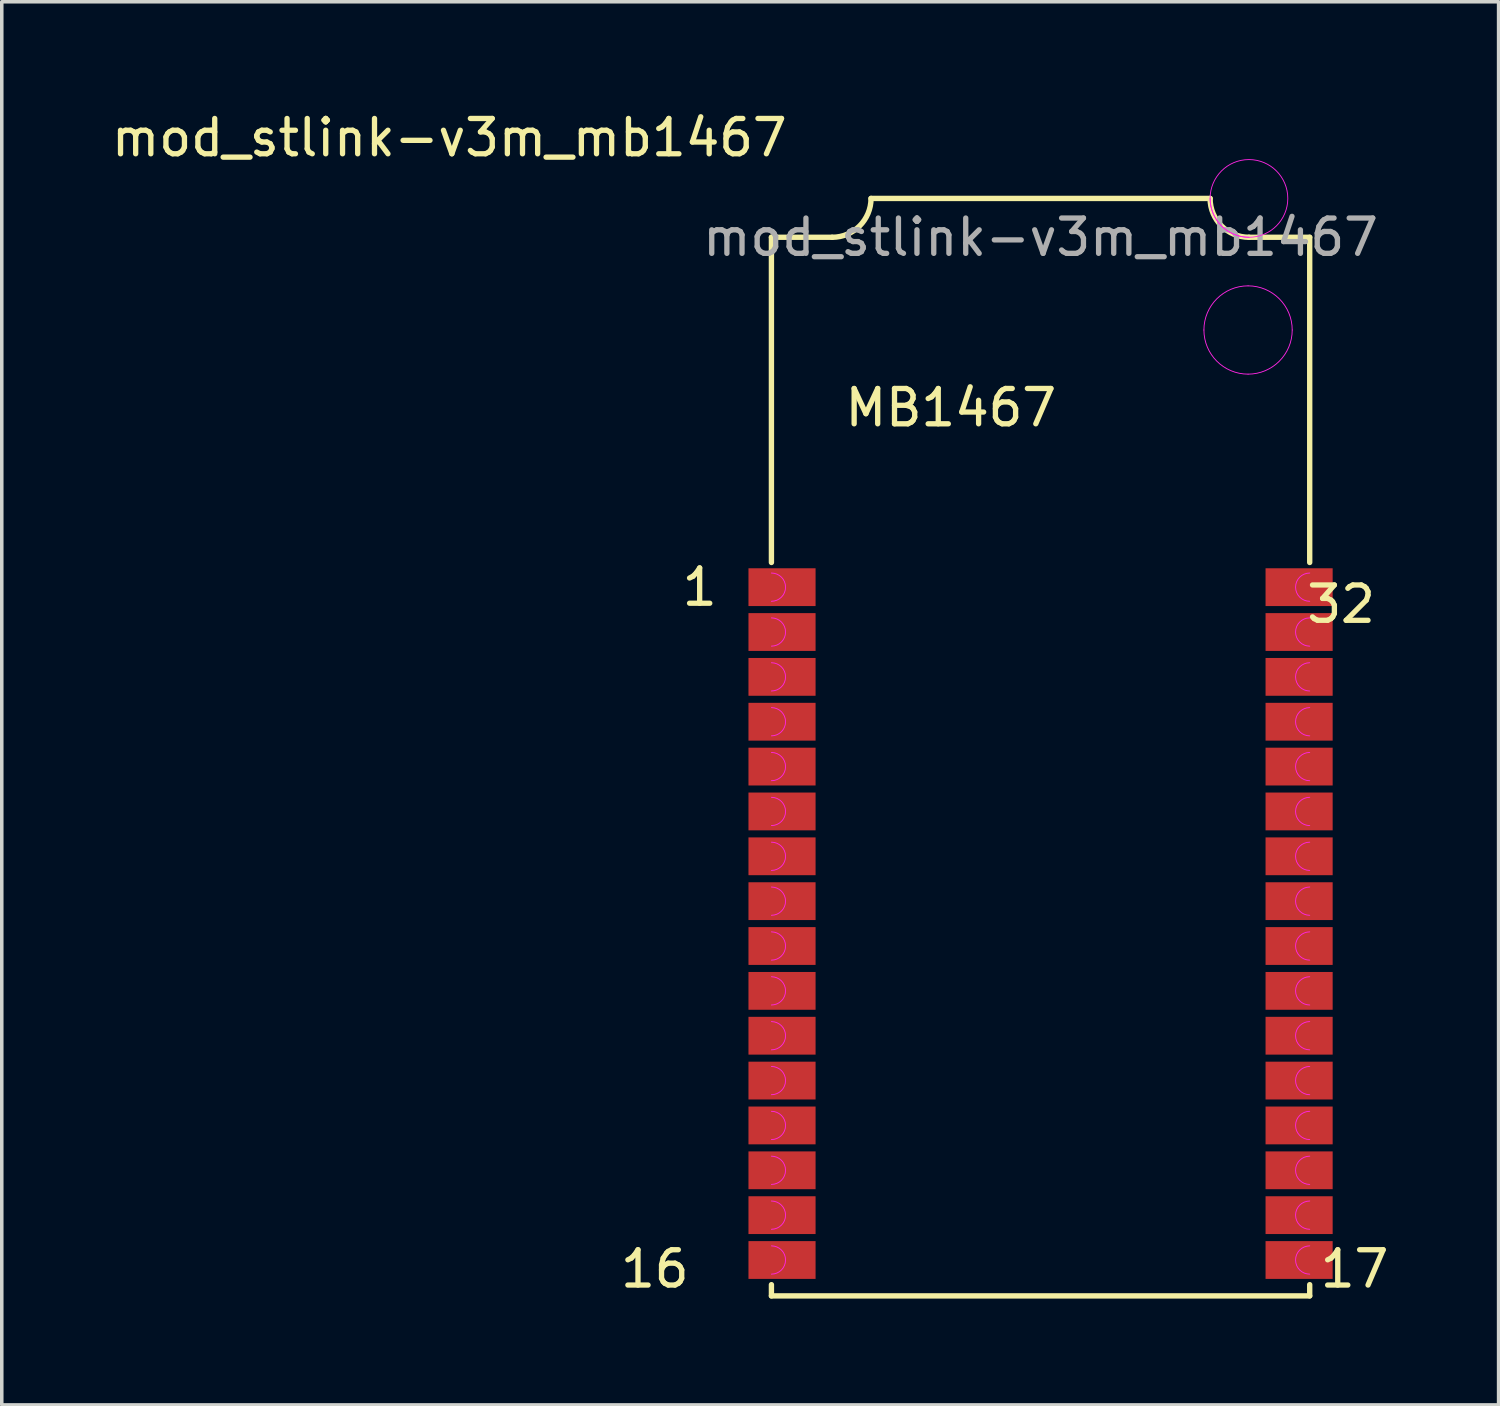
<source format=kicad_pcb>
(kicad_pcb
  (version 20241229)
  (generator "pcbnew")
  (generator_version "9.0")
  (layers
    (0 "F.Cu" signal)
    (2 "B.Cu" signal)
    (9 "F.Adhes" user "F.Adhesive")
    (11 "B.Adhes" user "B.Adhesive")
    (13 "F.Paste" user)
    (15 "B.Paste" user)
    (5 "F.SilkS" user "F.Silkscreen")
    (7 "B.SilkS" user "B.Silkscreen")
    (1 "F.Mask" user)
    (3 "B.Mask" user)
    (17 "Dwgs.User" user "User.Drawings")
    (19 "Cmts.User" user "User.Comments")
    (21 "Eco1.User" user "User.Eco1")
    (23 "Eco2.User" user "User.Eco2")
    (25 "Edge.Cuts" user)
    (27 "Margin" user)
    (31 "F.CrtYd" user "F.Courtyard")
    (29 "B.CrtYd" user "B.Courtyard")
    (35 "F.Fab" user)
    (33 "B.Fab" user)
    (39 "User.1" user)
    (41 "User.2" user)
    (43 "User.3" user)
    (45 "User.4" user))
  (footprint "mod_stlink-v3m_mb1467"
    (layer "F.Cu")
    (at 26.411 3.668)
    (property "Reference" "mod_stlink-v3m_mb1467" (at -16.739 -2.819 0) (unlocked yes) (layer "F.SilkS") (effects (font (size 1 1) (thickness 0.15))))
    (attr smd)
    (fp_line (start -7.62 0) (end -5.9 0) (stroke (width 0.152) (type solid)) (layer "F.SilkS"))
    (fp_line (start -7.62 9.207) (end -7.62 0) (stroke (width 0.152) (type solid)) (layer "F.SilkS"))
    (fp_line (start -7.62 29.972) (end -7.62 29.654) (stroke (width 0.152) (type solid)) (layer "F.SilkS"))
    (fp_line (start -7.62 29.972) (end 7.62 29.972) (stroke (width 0.152) (type solid)) (layer "F.SilkS"))
    (fp_line (start -4.8 -1.1) (end 4.8 -1.1) (stroke (width 0.152) (type solid)) (layer "F.SilkS"))
    (fp_line (start 5.9 0) (end 7.62 0) (stroke (width 0.152) (type solid)) (layer "F.SilkS"))
    (fp_line (start 7.62 9.207) (end 7.62 0) (stroke (width 0.152) (type solid)) (layer "F.SilkS"))
    (fp_line (start 7.62 29.972) (end 7.62 29.654) (stroke (width 0.152) (type solid)) (layer "F.SilkS"))
    (fp_arc (start -4.799838 -1.100074) (mid -5.122042 -0.322204) (end -5.899912 0) (stroke (width 0.1524) (type solid)) (layer "F.SilkS"))
    (fp_arc (start 5.899912 0) (mid 5.122042 -0.322204) (end 4.799838 -1.100074) (stroke (width 0.1524) (type solid)) (layer "F.SilkS"))
    (fp_arc (start -7.62 9.50595) (mid -7.21995 9.906) (end -7.62 10.30605) (stroke (width 0.0254) (type solid)) (layer "F.CrtYd"))
    (fp_arc (start -7.62 10.77595) (mid -7.21995 11.176) (end -7.62 11.57605) (stroke (width 0.0254) (type solid)) (layer "F.CrtYd"))
    (fp_arc (start -7.62 12.04595) (mid -7.21995 12.446) (end -7.62 12.84605) (stroke (width 0.0254) (type solid)) (layer "F.CrtYd"))
    (fp_arc (start -7.62 13.31595) (mid -7.21995 13.716) (end -7.62 14.11605) (stroke (width 0.0254) (type solid)) (layer "F.CrtYd"))
    (fp_arc (start -7.62 14.58595) (mid -7.21995 14.986) (end -7.62 15.38605) (stroke (width 0.0254) (type solid)) (layer "F.CrtYd"))
    (fp_arc (start -7.62 15.85595) (mid -7.21995 16.256) (end -7.62 16.65605) (stroke (width 0.0254) (type solid)) (layer "F.CrtYd"))
    (fp_arc (start -7.62 17.12595) (mid -7.21995 17.526) (end -7.62 17.92605) (stroke (width 0.0254) (type solid)) (layer "F.CrtYd"))
    (fp_arc (start -7.62 18.39595) (mid -7.21995 18.796) (end -7.62 19.19605) (stroke (width 0.0254) (type solid)) (layer "F.CrtYd"))
    (fp_arc (start -7.62 19.66595) (mid -7.21995 20.066) (end -7.62 20.46605) (stroke (width 0.0254) (type solid)) (layer "F.CrtYd"))
    (fp_arc (start -7.62 20.93595) (mid -7.21995 21.336) (end -7.62 21.73605) (stroke (width 0.0254) (type solid)) (layer "F.CrtYd"))
    (fp_arc (start -7.62 22.20595) (mid -7.21995 22.606) (end -7.62 23.00605) (stroke (width 0.0254) (type solid)) (layer "F.CrtYd"))
    (fp_arc (start -7.62 23.47595) (mid -7.21995 23.876) (end -7.62 24.27605) (stroke (width 0.0254) (type solid)) (layer "F.CrtYd"))
    (fp_arc (start -7.62 24.74595) (mid -7.21995 25.146) (end -7.62 25.54605) (stroke (width 0.0254) (type solid)) (layer "F.CrtYd"))
    (fp_arc (start -7.62 26.01595) (mid -7.21995 26.416) (end -7.62 26.81605) (stroke (width 0.0254) (type solid)) (layer "F.CrtYd"))
    (fp_arc (start -7.62 27.28595) (mid -7.21995 27.686) (end -7.62 28.08605) (stroke (width 0.0254) (type solid)) (layer "F.CrtYd"))
    (fp_arc (start -7.62 28.55595) (mid -7.21995 28.956) (end -7.62 29.35605) (stroke (width 0.0254) (type solid)) (layer "F.CrtYd"))
    (fp_arc (start 4.624832 2.62509) (mid 4.991054 1.741199) (end 5.87502 1.375156) (stroke (width 0.0254) (type solid)) (layer "F.CrtYd"))
    (fp_arc (start 5.87502 3.875024) (mid 4.991055 3.508981) (end 4.624832 2.62509) (stroke (width 0.0254) (type solid)) (layer "F.CrtYd"))
    (fp_arc (start 5.875021 1.375156) (mid 6.758859 1.741253) (end 7.124954 2.625091) (stroke (width 0.0254) (type solid)) (layer "F.CrtYd"))
    (fp_arc (start 5.899912 0) (mid 5.122214 -0.322212) (end 4.800092 -1.099947) (stroke (width 0.0254) (type solid)) (layer "F.CrtYd"))
    (fp_arc (start 7.124954 2.62509) (mid 6.758858 3.508927) (end 5.87502 3.875024) (stroke (width 0.0254) (type solid)) (layer "F.CrtYd"))
    (fp_arc (start 7.62 10.30605) (mid 7.21995 9.906) (end 7.62 9.50595) (stroke (width 0.0254) (type solid)) (layer "F.CrtYd"))
    (fp_arc (start 7.62 11.57605) (mid 7.21995 11.176) (end 7.62 10.77595) (stroke (width 0.0254) (type solid)) (layer "F.CrtYd"))
    (fp_arc (start 7.62 12.84605) (mid 7.21995 12.446) (end 7.62 12.04595) (stroke (width 0.0254) (type solid)) (layer "F.CrtYd"))
    (fp_arc (start 7.62 14.11605) (mid 7.21995 13.716) (end 7.62 13.31595) (stroke (width 0.0254) (type solid)) (layer "F.CrtYd"))
    (fp_arc (start 7.62 15.38605) (mid 7.21995 14.986) (end 7.62 14.58595) (stroke (width 0.0254) (type solid)) (layer "F.CrtYd"))
    (fp_arc (start 7.62 16.65605) (mid 7.21995 16.256) (end 7.62 15.85595) (stroke (width 0.0254) (type solid)) (layer "F.CrtYd"))
    (fp_arc (start 7.62 17.92605) (mid 7.21995 17.526) (end 7.62 17.12595) (stroke (width 0.0254) (type solid)) (layer "F.CrtYd"))
    (fp_arc (start 7.62 19.19605) (mid 7.21995 18.796) (end 7.62 18.39595) (stroke (width 0.0254) (type solid)) (layer "F.CrtYd"))
    (fp_arc (start 7.62 20.46605) (mid 7.21995 20.066) (end 7.62 19.66595) (stroke (width 0.0254) (type solid)) (layer "F.CrtYd"))
    (fp_arc (start 7.62 21.73605) (mid 7.21995 21.336) (end 7.62 20.93595) (stroke (width 0.0254) (type solid)) (layer "F.CrtYd"))
    (fp_arc (start 7.62 23.00605) (mid 7.21995 22.606) (end 7.62 22.20595) (stroke (width 0.0254) (type solid)) (layer "F.CrtYd"))
    (fp_arc (start 7.62 24.27605) (mid 7.21995 23.876) (end 7.62 23.47595) (stroke (width 0.0254) (type solid)) (layer "F.CrtYd"))
    (fp_arc (start 7.62 25.54605) (mid 7.21995 25.146) (end 7.62 24.74595) (stroke (width 0.0254) (type solid)) (layer "F.CrtYd"))
    (fp_arc (start 7.62 26.81605) (mid 7.21995 26.416) (end 7.62 26.01595) (stroke (width 0.0254) (type solid)) (layer "F.CrtYd"))
    (fp_arc (start 7.62 28.08605) (mid 7.21995 27.686) (end 7.62 27.28595) (stroke (width 0.0254) (type solid)) (layer "F.CrtYd"))
    (fp_arc (start 7.62 29.35605) (mid 7.21995 28.956) (end 7.62 28.55595) (stroke (width 0.0254) (type solid)) (layer "F.CrtYd"))
    (fp_circle (center 5.9 -1.1) (end 4.8 -1.1) (stroke (width 0.025) (type solid)) (fill no) (layer "F.CrtYd"))
    (fp_text user "1" (at -9.652 9.906 0) (unlocked yes) (layer "F.SilkS") (effects (font (size 1 1) (thickness 0.15))))
    (fp_text user "16" (at -10.922 29.21 0) (unlocked yes) (layer "F.SilkS") (effects (font (size 1 1) (thickness 0.15))))
    (fp_text user "17" (at 8.89 29.21 0) (unlocked yes) (layer "F.SilkS") (effects (font (size 1 1) (thickness 0.15))))
    (fp_text user "MB1467" (at -2.54 4.826 0) (unlocked yes) (layer "F.SilkS") (effects (font (size 1 1) (thickness 0.15))))
    (fp_text user "32" (at 8.509 10.389 0) (unlocked yes) (layer "F.SilkS") (effects (font (size 1 1) (thickness 0.15))))
    (fp_text user "${REFERENCE}" (at 0 0 0) (unlocked yes) (layer "F.Fab") (effects (font (size 1 1) (thickness 0.15))))
    (pad "1" smd rect (at -7.32 9.906) (size 1.9 1.07) (layers "F.Cu" "F.Mask" "F.Paste"))
    (pad "2" smd rect (at -7.32 11.176) (size 1.9 1.07) (layers "F.Cu" "F.Mask" "F.Paste"))
    (pad "3" smd rect (at -7.32 12.446) (size 1.9 1.07) (layers "F.Cu" "F.Mask" "F.Paste"))
    (pad "4" smd rect (at -7.32 13.716) (size 1.9 1.07) (layers "F.Cu" "F.Mask" "F.Paste"))
    (pad "5" smd rect (at -7.32 14.986) (size 1.9 1.07) (layers "F.Cu" "F.Mask" "F.Paste"))
    (pad "6" smd rect (at -7.32 16.256) (size 1.9 1.07) (layers "F.Cu" "F.Mask" "F.Paste"))
    (pad "7" smd rect (at -7.32 17.526) (size 1.9 1.07) (layers "F.Cu" "F.Mask" "F.Paste"))
    (pad "8" smd rect (at -7.32 18.796) (size 1.9 1.07) (layers "F.Cu" "F.Mask" "F.Paste"))
    (pad "9" smd rect (at -7.32 20.066) (size 1.9 1.07) (layers "F.Cu" "F.Mask" "F.Paste"))
    (pad "10" smd rect (at -7.32 21.336) (size 1.9 1.07) (layers "F.Cu" "F.Mask" "F.Paste"))
    (pad "11" smd rect (at -7.32 22.606) (size 1.9 1.07) (layers "F.Cu" "F.Mask" "F.Paste"))
    (pad "12" smd rect (at -7.32 23.876) (size 1.9 1.07) (layers "F.Cu" "F.Mask" "F.Paste"))
    (pad "13" smd rect (at -7.32 25.146) (size 1.9 1.07) (layers "F.Cu" "F.Mask" "F.Paste"))
    (pad "14" smd rect (at -7.32 26.416) (size 1.9 1.07) (layers "F.Cu" "F.Mask" "F.Paste"))
    (pad "15" smd rect (at -7.32 27.686) (size 1.9 1.07) (layers "F.Cu" "F.Mask" "F.Paste"))
    (pad "16" smd rect (at -7.32 28.956) (size 1.9 1.07) (layers "F.Cu" "F.Mask" "F.Paste"))
    (pad "17" smd rect (at 7.32 28.956) (size 1.9 1.07) (layers "F.Cu" "F.Mask" "F.Paste"))
    (pad "18" smd rect (at 7.32 27.686) (size 1.9 1.07) (layers "F.Cu" "F.Mask" "F.Paste"))
    (pad "19" smd rect (at 7.32 26.416) (size 1.9 1.07) (layers "F.Cu" "F.Mask" "F.Paste"))
    (pad "20" smd rect (at 7.32 25.146) (size 1.9 1.07) (layers "F.Cu" "F.Mask" "F.Paste"))
    (pad "21" smd rect (at 7.32 23.876) (size 1.9 1.07) (layers "F.Cu" "F.Mask" "F.Paste"))
    (pad "22" smd rect (at 7.32 22.606) (size 1.9 1.07) (layers "F.Cu" "F.Mask" "F.Paste"))
    (pad "23" smd rect (at 7.32 21.336) (size 1.9 1.07) (layers "F.Cu" "F.Mask" "F.Paste"))
    (pad "24" smd rect (at 7.32 20.066) (size 1.9 1.07) (layers "F.Cu" "F.Mask" "F.Paste"))
    (pad "25" smd rect (at 7.32 18.796) (size 1.9 1.07) (layers "F.Cu" "F.Mask" "F.Paste"))
    (pad "26" smd rect (at 7.32 17.526) (size 1.9 1.07) (layers "F.Cu" "F.Mask" "F.Paste"))
    (pad "27" smd rect (at 7.32 16.256) (size 1.9 1.07) (layers "F.Cu" "F.Mask" "F.Paste"))
    (pad "28" smd rect (at 7.32 14.986) (size 1.9 1.07) (layers "F.Cu" "F.Mask" "F.Paste"))
    (pad "29" smd rect (at 7.32 13.716) (size 1.9 1.07) (layers "F.Cu" "F.Mask" "F.Paste"))
    (pad "30" smd rect (at 7.32 12.446) (size 1.9 1.07) (layers "F.Cu" "F.Mask" "F.Paste"))
    (pad "31" smd rect (at 7.32 11.176) (size 1.9 1.07) (layers "F.Cu" "F.Mask" "F.Paste"))
    (pad "32" smd rect (at 7.32 9.906) (size 1.9 1.07) (layers "F.Cu" "F.Mask" "F.Paste")))
  (gr_rect
    (start -3 -3)
    (end 39.379 36.726)
    (stroke (width 0.1) (type default))
    (fill no)
    (layer "Edge.Cuts")))
</source>
